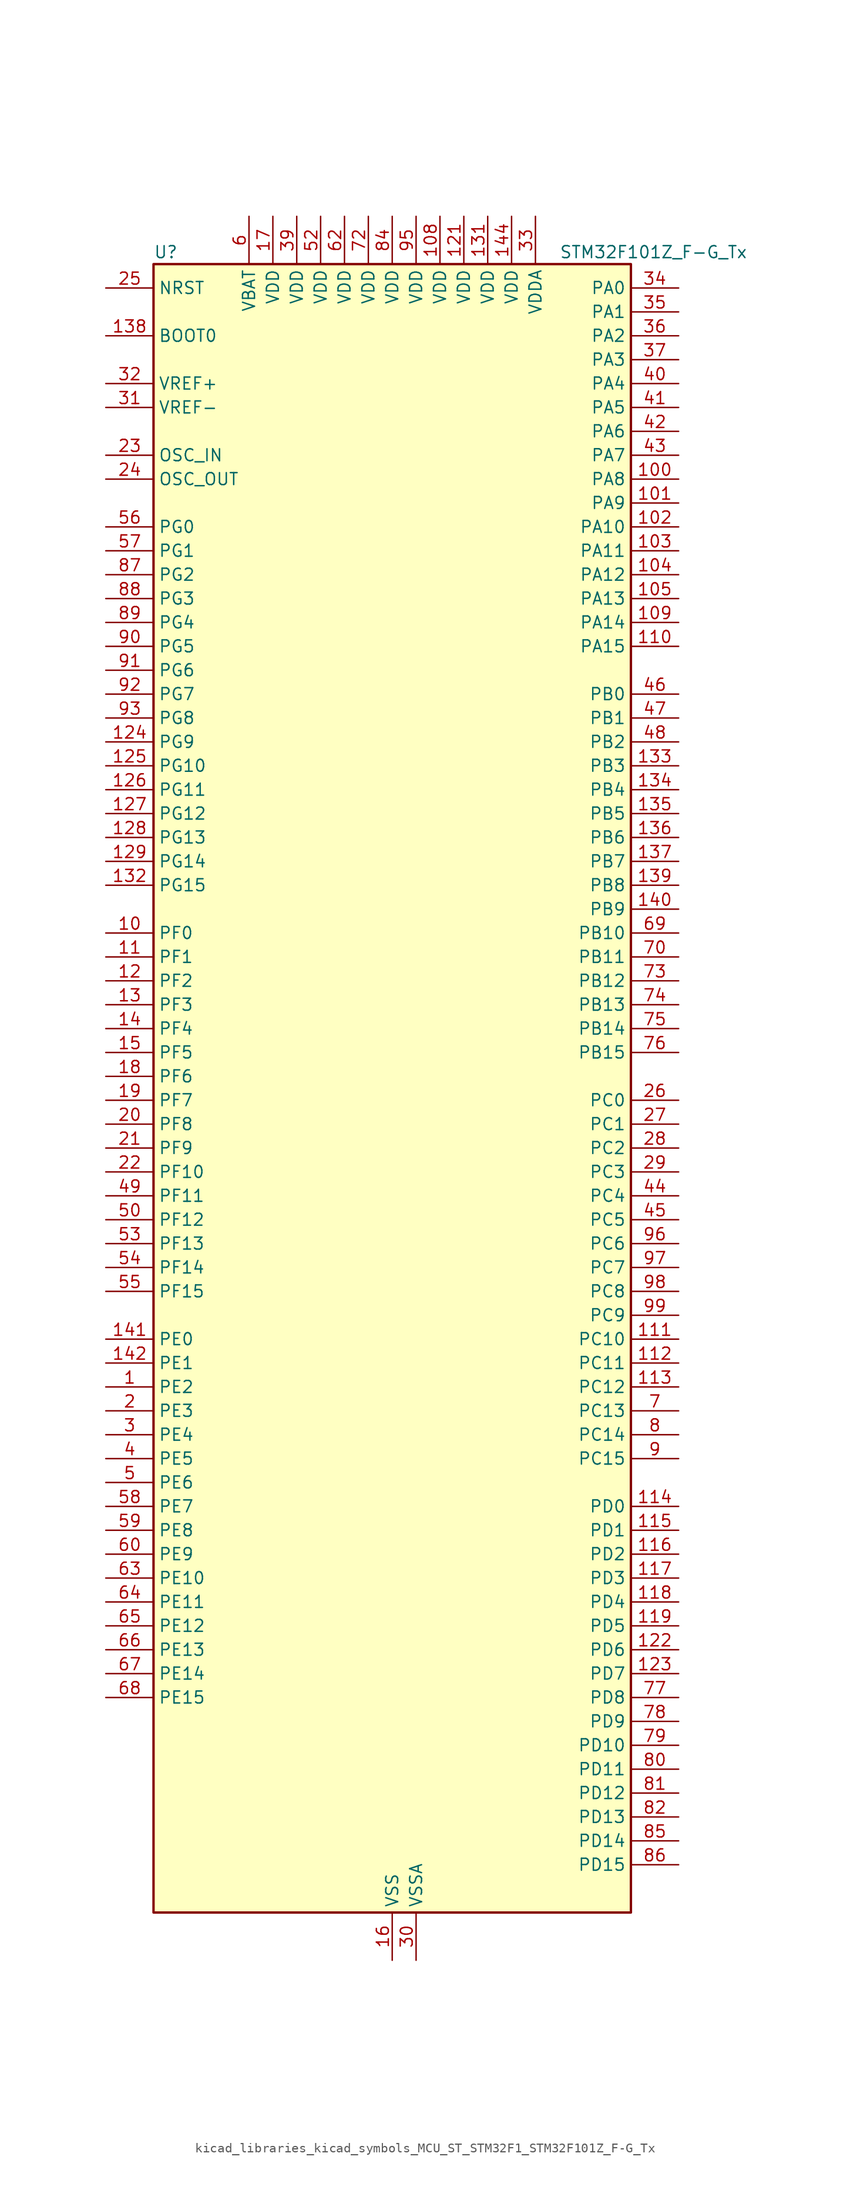
<source format=kicad_sym>
(kicad_symbol_lib
  (version 20220914)
  (generator kicad_symbol_editor)
  (symbol "kicad_libraries_kicad_symbols_MCU_ST_STM32F1_STM32F101Z_F-G_Tx"
    (property "Reference" "U"
      (at -25.4 90.17 0)
      (effects (font (size 1.27 1.27)) (justify left)))
    (property "Value" "STM32F101Z_F-G_Tx"
      (at 17.78 90.17 0)
      (effects (font (size 1.27 1.27)) (justify left)))
    (property "ki_locked" ""
      (at 0 0 0)
      (effects (font (size 1.27 1.27))))
    (symbol "kicad_libraries_kicad_symbols_MCU_ST_STM32F1_STM32F101Z_F-G_Tx_0_1"
      (rectangle (start -25.4 -86.36) (end 25.4 88.9) (stroke (width 0.254) (type default)) (fill (type background))))
    (symbol "kicad_libraries_kicad_symbols_MCU_ST_STM32F1_STM32F101Z_F-G_Tx_1_1"
      (pin bidirectional line (at -30.48 -30.48 0) (length 5.08) (name "PE2" (effects (font (size 1.27 1.27)))) (number "1" (effects (font (size 1.27 1.27)))) (alternate "FSMC_A23" bidirectional line) (alternate "SYS_TRACECLK" bidirectional line))
      (pin bidirectional line (at -30.48 17.78 0) (length 5.08) (name "PF0" (effects (font (size 1.27 1.27)))) (number "10" (effects (font (size 1.27 1.27)))) (alternate "FSMC_A0" bidirectional line))
      (pin bidirectional line (at 30.48 66.04 180) (length 5.08) (name "PA8" (effects (font (size 1.27 1.27)))) (number "100" (effects (font (size 1.27 1.27)))) (alternate "RCC_MCO" bidirectional line) (alternate "USART1_CK" bidirectional line))
      (pin bidirectional line (at 30.48 63.5 180) (length 5.08) (name "PA9" (effects (font (size 1.27 1.27)))) (number "101" (effects (font (size 1.27 1.27)))) (alternate "DAC_EXTI9" bidirectional line) (alternate "USART1_TX" bidirectional line))
      (pin bidirectional line (at 30.48 60.96 180) (length 5.08) (name "PA10" (effects (font (size 1.27 1.27)))) (number "102" (effects (font (size 1.27 1.27)))) (alternate "USART1_RX" bidirectional line))
      (pin bidirectional line (at 30.48 58.42 180) (length 5.08) (name "PA11" (effects (font (size 1.27 1.27)))) (number "103" (effects (font (size 1.27 1.27)))) (alternate "ADC1_EXTI11" bidirectional line) (alternate "USART1_CTS" bidirectional line))
      (pin bidirectional line (at 30.48 55.88 180) (length 5.08) (name "PA12" (effects (font (size 1.27 1.27)))) (number "104" (effects (font (size 1.27 1.27)))) (alternate "USART1_RTS" bidirectional line))
      (pin bidirectional line (at 30.48 53.34 180) (length 5.08) (name "PA13" (effects (font (size 1.27 1.27)))) (number "105" (effects (font (size 1.27 1.27)))) (alternate "SYS_JTMS-SWDIO" bidirectional line))
      (pin no_connect line (at -25.4 -86.36 0) (length 5.08) hide (name "NC" (effects (font (size 1.27 1.27)))) (number "106" (effects (font (size 1.27 1.27)))))
      (pin passive line (at 0 -91.44 90) (length 5.08) hide (name "VSS" (effects (font (size 1.27 1.27)))) (number "107" (effects (font (size 1.27 1.27)))))
      (pin power_in line (at 5.08 93.98 270) (length 5.08) (name "VDD" (effects (font (size 1.27 1.27)))) (number "108" (effects (font (size 1.27 1.27)))))
      (pin bidirectional line (at 30.48 50.8 180) (length 5.08) (name "PA14" (effects (font (size 1.27 1.27)))) (number "109" (effects (font (size 1.27 1.27)))) (alternate "SYS_JTCK-SWCLK" bidirectional line))
      (pin bidirectional line (at -30.48 15.24 0) (length 5.08) (name "PF1" (effects (font (size 1.27 1.27)))) (number "11" (effects (font (size 1.27 1.27)))) (alternate "FSMC_A1" bidirectional line))
      (pin bidirectional line (at 30.48 48.26 180) (length 5.08) (name "PA15" (effects (font (size 1.27 1.27)))) (number "110" (effects (font (size 1.27 1.27)))) (alternate "ADC1_EXTI15" bidirectional line) (alternate "SPI1_NSS" bidirectional line) (alternate "SPI3_NSS" bidirectional line) (alternate "SYS_JTDI" bidirectional line) (alternate "TIM2_CH1" bidirectional line) (alternate "TIM2_ETR" bidirectional line))
      (pin bidirectional line (at 30.48 -25.4 180) (length 5.08) (name "PC10" (effects (font (size 1.27 1.27)))) (number "111" (effects (font (size 1.27 1.27)))) (alternate "UART4_TX" bidirectional line) (alternate "USART3_TX" bidirectional line))
      (pin bidirectional line (at 30.48 -27.94 180) (length 5.08) (name "PC11" (effects (font (size 1.27 1.27)))) (number "112" (effects (font (size 1.27 1.27)))) (alternate "ADC1_EXTI11" bidirectional line) (alternate "UART4_RX" bidirectional line) (alternate "USART3_RX" bidirectional line))
      (pin bidirectional line (at 30.48 -30.48 180) (length 5.08) (name "PC12" (effects (font (size 1.27 1.27)))) (number "113" (effects (font (size 1.27 1.27)))) (alternate "UART5_TX" bidirectional line) (alternate "USART3_CK" bidirectional line))
      (pin bidirectional line (at 30.48 -43.18 180) (length 5.08) (name "PD0" (effects (font (size 1.27 1.27)))) (number "114" (effects (font (size 1.27 1.27)))) (alternate "FSMC_D2" bidirectional line) (alternate "FSMC_DA2" bidirectional line))
      (pin bidirectional line (at 30.48 -45.72 180) (length 5.08) (name "PD1" (effects (font (size 1.27 1.27)))) (number "115" (effects (font (size 1.27 1.27)))) (alternate "FSMC_D3" bidirectional line) (alternate "FSMC_DA3" bidirectional line))
      (pin bidirectional line (at 30.48 -48.26 180) (length 5.08) (name "PD2" (effects (font (size 1.27 1.27)))) (number "116" (effects (font (size 1.27 1.27)))) (alternate "TIM3_ETR" bidirectional line) (alternate "UART5_RX" bidirectional line))
      (pin bidirectional line (at 30.48 -50.8 180) (length 5.08) (name "PD3" (effects (font (size 1.27 1.27)))) (number "117" (effects (font (size 1.27 1.27)))) (alternate "FSMC_CLK" bidirectional line) (alternate "USART2_CTS" bidirectional line))
      (pin bidirectional line (at 30.48 -53.34 180) (length 5.08) (name "PD4" (effects (font (size 1.27 1.27)))) (number "118" (effects (font (size 1.27 1.27)))) (alternate "FSMC_NOE" bidirectional line) (alternate "USART2_RTS" bidirectional line))
      (pin bidirectional line (at 30.48 -55.88 180) (length 5.08) (name "PD5" (effects (font (size 1.27 1.27)))) (number "119" (effects (font (size 1.27 1.27)))) (alternate "FSMC_NWE" bidirectional line) (alternate "USART2_TX" bidirectional line))
      (pin bidirectional line (at -30.48 12.7 0) (length 5.08) (name "PF2" (effects (font (size 1.27 1.27)))) (number "12" (effects (font (size 1.27 1.27)))) (alternate "FSMC_A2" bidirectional line))
      (pin passive line (at 0 -91.44 90) (length 5.08) hide (name "VSS" (effects (font (size 1.27 1.27)))) (number "120" (effects (font (size 1.27 1.27)))))
      (pin power_in line (at 7.62 93.98 270) (length 5.08) (name "VDD" (effects (font (size 1.27 1.27)))) (number "121" (effects (font (size 1.27 1.27)))))
      (pin bidirectional line (at 30.48 -58.42 180) (length 5.08) (name "PD6" (effects (font (size 1.27 1.27)))) (number "122" (effects (font (size 1.27 1.27)))) (alternate "FSMC_NWAIT" bidirectional line) (alternate "USART2_RX" bidirectional line))
      (pin bidirectional line (at 30.48 -60.96 180) (length 5.08) (name "PD7" (effects (font (size 1.27 1.27)))) (number "123" (effects (font (size 1.27 1.27)))) (alternate "FSMC_NCE2" bidirectional line) (alternate "FSMC_NE1" bidirectional line) (alternate "USART2_CK" bidirectional line))
      (pin bidirectional line (at -30.48 38.1 0) (length 5.08) (name "PG9" (effects (font (size 1.27 1.27)))) (number "124" (effects (font (size 1.27 1.27)))) (alternate "DAC_EXTI9" bidirectional line) (alternate "FSMC_NCE3" bidirectional line) (alternate "FSMC_NE2" bidirectional line))
      (pin bidirectional line (at -30.48 35.56 0) (length 5.08) (name "PG10" (effects (font (size 1.27 1.27)))) (number "125" (effects (font (size 1.27 1.27)))) (alternate "FSMC_NCE4_1" bidirectional line) (alternate "FSMC_NE3" bidirectional line))
      (pin bidirectional line (at -30.48 33.02 0) (length 5.08) (name "PG11" (effects (font (size 1.27 1.27)))) (number "126" (effects (font (size 1.27 1.27)))) (alternate "ADC1_EXTI11" bidirectional line) (alternate "FSMC_NCE4_2" bidirectional line))
      (pin bidirectional line (at -30.48 30.48 0) (length 5.08) (name "PG12" (effects (font (size 1.27 1.27)))) (number "127" (effects (font (size 1.27 1.27)))) (alternate "FSMC_NE4" bidirectional line))
      (pin bidirectional line (at -30.48 27.94 0) (length 5.08) (name "PG13" (effects (font (size 1.27 1.27)))) (number "128" (effects (font (size 1.27 1.27)))) (alternate "FSMC_A24" bidirectional line))
      (pin bidirectional line (at -30.48 25.4 0) (length 5.08) (name "PG14" (effects (font (size 1.27 1.27)))) (number "129" (effects (font (size 1.27 1.27)))) (alternate "FSMC_A25" bidirectional line))
      (pin bidirectional line (at -30.48 10.16 0) (length 5.08) (name "PF3" (effects (font (size 1.27 1.27)))) (number "13" (effects (font (size 1.27 1.27)))) (alternate "FSMC_A3" bidirectional line))
      (pin passive line (at 0 -91.44 90) (length 5.08) hide (name "VSS" (effects (font (size 1.27 1.27)))) (number "130" (effects (font (size 1.27 1.27)))))
      (pin power_in line (at 10.16 93.98 270) (length 5.08) (name "VDD" (effects (font (size 1.27 1.27)))) (number "131" (effects (font (size 1.27 1.27)))))
      (pin bidirectional line (at -30.48 22.86 0) (length 5.08) (name "PG15" (effects (font (size 1.27 1.27)))) (number "132" (effects (font (size 1.27 1.27)))) (alternate "ADC1_EXTI15" bidirectional line))
      (pin bidirectional line (at 30.48 35.56 180) (length 5.08) (name "PB3" (effects (font (size 1.27 1.27)))) (number "133" (effects (font (size 1.27 1.27)))) (alternate "SPI1_SCK" bidirectional line) (alternate "SPI3_SCK" bidirectional line) (alternate "SYS_JTDO-TRACESWO" bidirectional line) (alternate "TIM2_CH2" bidirectional line))
      (pin bidirectional line (at 30.48 33.02 180) (length 5.08) (name "PB4" (effects (font (size 1.27 1.27)))) (number "134" (effects (font (size 1.27 1.27)))) (alternate "SPI1_MISO" bidirectional line) (alternate "SPI3_MISO" bidirectional line) (alternate "SYS_NJTRST" bidirectional line) (alternate "TIM3_CH1" bidirectional line))
      (pin bidirectional line (at 30.48 30.48 180) (length 5.08) (name "PB5" (effects (font (size 1.27 1.27)))) (number "135" (effects (font (size 1.27 1.27)))) (alternate "I2C1_SMBA" bidirectional line) (alternate "SPI1_MOSI" bidirectional line) (alternate "SPI3_MOSI" bidirectional line) (alternate "TIM3_CH2" bidirectional line))
      (pin bidirectional line (at 30.48 27.94 180) (length 5.08) (name "PB6" (effects (font (size 1.27 1.27)))) (number "136" (effects (font (size 1.27 1.27)))) (alternate "I2C1_SCL" bidirectional line) (alternate "TIM4_CH1" bidirectional line) (alternate "USART1_TX" bidirectional line))
      (pin bidirectional line (at 30.48 25.4 180) (length 5.08) (name "PB7" (effects (font (size 1.27 1.27)))) (number "137" (effects (font (size 1.27 1.27)))) (alternate "FSMC_NL" bidirectional line) (alternate "I2C1_SDA" bidirectional line) (alternate "TIM4_CH2" bidirectional line) (alternate "USART1_RX" bidirectional line))
      (pin input line (at -30.48 81.28 0) (length 5.08) (name "BOOT0" (effects (font (size 1.27 1.27)))) (number "138" (effects (font (size 1.27 1.27)))))
      (pin bidirectional line (at 30.48 22.86 180) (length 5.08) (name "PB8" (effects (font (size 1.27 1.27)))) (number "139" (effects (font (size 1.27 1.27)))) (alternate "I2C1_SCL" bidirectional line) (alternate "TIM10_CH1" bidirectional line) (alternate "TIM4_CH3" bidirectional line))
      (pin bidirectional line (at -30.48 7.62 0) (length 5.08) (name "PF4" (effects (font (size 1.27 1.27)))) (number "14" (effects (font (size 1.27 1.27)))) (alternate "FSMC_A4" bidirectional line))
      (pin bidirectional line (at 30.48 20.32 180) (length 5.08) (name "PB9" (effects (font (size 1.27 1.27)))) (number "140" (effects (font (size 1.27 1.27)))) (alternate "DAC_EXTI9" bidirectional line) (alternate "I2C1_SDA" bidirectional line) (alternate "TIM11_CH1" bidirectional line) (alternate "TIM4_CH4" bidirectional line))
      (pin bidirectional line (at -30.48 -25.4 0) (length 5.08) (name "PE0" (effects (font (size 1.27 1.27)))) (number "141" (effects (font (size 1.27 1.27)))) (alternate "FSMC_NBL0" bidirectional line) (alternate "TIM4_ETR" bidirectional line))
      (pin bidirectional line (at -30.48 -27.94 0) (length 5.08) (name "PE1" (effects (font (size 1.27 1.27)))) (number "142" (effects (font (size 1.27 1.27)))) (alternate "FSMC_NBL1" bidirectional line))
      (pin passive line (at 0 -91.44 90) (length 5.08) hide (name "VSS" (effects (font (size 1.27 1.27)))) (number "143" (effects (font (size 1.27 1.27)))))
      (pin power_in line (at 12.7 93.98 270) (length 5.08) (name "VDD" (effects (font (size 1.27 1.27)))) (number "144" (effects (font (size 1.27 1.27)))))
      (pin bidirectional line (at -30.48 5.08 0) (length 5.08) (name "PF5" (effects (font (size 1.27 1.27)))) (number "15" (effects (font (size 1.27 1.27)))) (alternate "FSMC_A5" bidirectional line))
      (pin power_in line (at 0 -91.44 90) (length 5.08) (name "VSS" (effects (font (size 1.27 1.27)))) (number "16" (effects (font (size 1.27 1.27)))))
      (pin power_in line (at -12.7 93.98 270) (length 5.08) (name "VDD" (effects (font (size 1.27 1.27)))) (number "17" (effects (font (size 1.27 1.27)))))
      (pin bidirectional line (at -30.48 2.54 0) (length 5.08) (name "PF6" (effects (font (size 1.27 1.27)))) (number "18" (effects (font (size 1.27 1.27)))) (alternate "FSMC_NIORD" bidirectional line) (alternate "TIM10_CH1" bidirectional line))
      (pin bidirectional line (at -30.48 0 0) (length 5.08) (name "PF7" (effects (font (size 1.27 1.27)))) (number "19" (effects (font (size 1.27 1.27)))) (alternate "FSMC_NREG" bidirectional line) (alternate "TIM11_CH1" bidirectional line))
      (pin bidirectional line (at -30.48 -33.02 0) (length 5.08) (name "PE3" (effects (font (size 1.27 1.27)))) (number "2" (effects (font (size 1.27 1.27)))) (alternate "FSMC_A19" bidirectional line) (alternate "SYS_TRACED0" bidirectional line))
      (pin bidirectional line (at -30.48 -2.54 0) (length 5.08) (name "PF8" (effects (font (size 1.27 1.27)))) (number "20" (effects (font (size 1.27 1.27)))) (alternate "FSMC_NIOWR" bidirectional line) (alternate "TIM13_CH1" bidirectional line))
      (pin bidirectional line (at -30.48 -5.08 0) (length 5.08) (name "PF9" (effects (font (size 1.27 1.27)))) (number "21" (effects (font (size 1.27 1.27)))) (alternate "DAC_EXTI9" bidirectional line) (alternate "FSMC_CD" bidirectional line) (alternate "TIM14_CH1" bidirectional line))
      (pin bidirectional line (at -30.48 -7.62 0) (length 5.08) (name "PF10" (effects (font (size 1.27 1.27)))) (number "22" (effects (font (size 1.27 1.27)))) (alternate "FSMC_INTR" bidirectional line))
      (pin input line (at -30.48 68.58 0) (length 5.08) (name "OSC_IN" (effects (font (size 1.27 1.27)))) (number "23" (effects (font (size 1.27 1.27)))) (alternate "RCC_OSC_IN" bidirectional line))
      (pin input line (at -30.48 66.04 0) (length 5.08) (name "OSC_OUT" (effects (font (size 1.27 1.27)))) (number "24" (effects (font (size 1.27 1.27)))) (alternate "RCC_OSC_OUT" bidirectional line))
      (pin input line (at -30.48 86.36 0) (length 5.08) (name "NRST" (effects (font (size 1.27 1.27)))) (number "25" (effects (font (size 1.27 1.27)))))
      (pin bidirectional line (at 30.48 0 180) (length 5.08) (name "PC0" (effects (font (size 1.27 1.27)))) (number "26" (effects (font (size 1.27 1.27)))) (alternate "ADC1_IN10" bidirectional line))
      (pin bidirectional line (at 30.48 -2.54 180) (length 5.08) (name "PC1" (effects (font (size 1.27 1.27)))) (number "27" (effects (font (size 1.27 1.27)))) (alternate "ADC1_IN11" bidirectional line))
      (pin bidirectional line (at 30.48 -5.08 180) (length 5.08) (name "PC2" (effects (font (size 1.27 1.27)))) (number "28" (effects (font (size 1.27 1.27)))) (alternate "ADC1_IN12" bidirectional line))
      (pin bidirectional line (at 30.48 -7.62 180) (length 5.08) (name "PC3" (effects (font (size 1.27 1.27)))) (number "29" (effects (font (size 1.27 1.27)))) (alternate "ADC1_IN13" bidirectional line))
      (pin bidirectional line (at -30.48 -35.56 0) (length 5.08) (name "PE4" (effects (font (size 1.27 1.27)))) (number "3" (effects (font (size 1.27 1.27)))) (alternate "FSMC_A20" bidirectional line) (alternate "SYS_TRACED1" bidirectional line))
      (pin power_in line (at 2.54 -91.44 90) (length 5.08) (name "VSSA" (effects (font (size 1.27 1.27)))) (number "30" (effects (font (size 1.27 1.27)))))
      (pin input line (at -30.48 73.66 0) (length 5.08) (name "VREF-" (effects (font (size 1.27 1.27)))) (number "31" (effects (font (size 1.27 1.27)))))
      (pin input line (at -30.48 76.2 0) (length 5.08) (name "VREF+" (effects (font (size 1.27 1.27)))) (number "32" (effects (font (size 1.27 1.27)))))
      (pin power_in line (at 15.24 93.98 270) (length 5.08) (name "VDDA" (effects (font (size 1.27 1.27)))) (number "33" (effects (font (size 1.27 1.27)))))
      (pin bidirectional line (at 30.48 86.36 180) (length 5.08) (name "PA0" (effects (font (size 1.27 1.27)))) (number "34" (effects (font (size 1.27 1.27)))) (alternate "ADC1_IN0" bidirectional line) (alternate "SYS_WKUP" bidirectional line) (alternate "TIM2_CH1" bidirectional line) (alternate "TIM2_ETR" bidirectional line) (alternate "TIM5_CH1" bidirectional line) (alternate "USART2_CTS" bidirectional line))
      (pin bidirectional line (at 30.48 83.82 180) (length 5.08) (name "PA1" (effects (font (size 1.27 1.27)))) (number "35" (effects (font (size 1.27 1.27)))) (alternate "ADC1_IN1" bidirectional line) (alternate "TIM2_CH2" bidirectional line) (alternate "TIM5_CH2" bidirectional line) (alternate "USART2_RTS" bidirectional line))
      (pin bidirectional line (at 30.48 81.28 180) (length 5.08) (name "PA2" (effects (font (size 1.27 1.27)))) (number "36" (effects (font (size 1.27 1.27)))) (alternate "ADC1_IN2" bidirectional line) (alternate "TIM2_CH3" bidirectional line) (alternate "TIM5_CH3" bidirectional line) (alternate "TIM9_CH1" bidirectional line) (alternate "USART2_TX" bidirectional line))
      (pin bidirectional line (at 30.48 78.74 180) (length 5.08) (name "PA3" (effects (font (size 1.27 1.27)))) (number "37" (effects (font (size 1.27 1.27)))) (alternate "ADC1_IN3" bidirectional line) (alternate "TIM2_CH4" bidirectional line) (alternate "TIM5_CH4" bidirectional line) (alternate "TIM9_CH2" bidirectional line) (alternate "USART2_RX" bidirectional line))
      (pin passive line (at 0 -91.44 90) (length 5.08) hide (name "VSS" (effects (font (size 1.27 1.27)))) (number "38" (effects (font (size 1.27 1.27)))))
      (pin power_in line (at -10.16 93.98 270) (length 5.08) (name "VDD" (effects (font (size 1.27 1.27)))) (number "39" (effects (font (size 1.27 1.27)))))
      (pin bidirectional line (at -30.48 -38.1 0) (length 5.08) (name "PE5" (effects (font (size 1.27 1.27)))) (number "4" (effects (font (size 1.27 1.27)))) (alternate "FSMC_A21" bidirectional line) (alternate "SYS_TRACED2" bidirectional line) (alternate "TIM9_CH1" bidirectional line))
      (pin bidirectional line (at 30.48 76.2 180) (length 5.08) (name "PA4" (effects (font (size 1.27 1.27)))) (number "40" (effects (font (size 1.27 1.27)))) (alternate "ADC1_IN4" bidirectional line) (alternate "DAC_OUT1" bidirectional line) (alternate "SPI1_NSS" bidirectional line) (alternate "USART2_CK" bidirectional line))
      (pin bidirectional line (at 30.48 73.66 180) (length 5.08) (name "PA5" (effects (font (size 1.27 1.27)))) (number "41" (effects (font (size 1.27 1.27)))) (alternate "ADC1_IN5" bidirectional line) (alternate "DAC_OUT2" bidirectional line) (alternate "SPI1_SCK" bidirectional line))
      (pin bidirectional line (at 30.48 71.12 180) (length 5.08) (name "PA6" (effects (font (size 1.27 1.27)))) (number "42" (effects (font (size 1.27 1.27)))) (alternate "ADC1_IN6" bidirectional line) (alternate "SPI1_MISO" bidirectional line) (alternate "TIM13_CH1" bidirectional line) (alternate "TIM3_CH1" bidirectional line))
      (pin bidirectional line (at 30.48 68.58 180) (length 5.08) (name "PA7" (effects (font (size 1.27 1.27)))) (number "43" (effects (font (size 1.27 1.27)))) (alternate "ADC1_IN7" bidirectional line) (alternate "SPI1_MOSI" bidirectional line) (alternate "TIM14_CH1" bidirectional line) (alternate "TIM3_CH2" bidirectional line))
      (pin bidirectional line (at 30.48 -10.16 180) (length 5.08) (name "PC4" (effects (font (size 1.27 1.27)))) (number "44" (effects (font (size 1.27 1.27)))) (alternate "ADC1_IN14" bidirectional line))
      (pin bidirectional line (at 30.48 -12.7 180) (length 5.08) (name "PC5" (effects (font (size 1.27 1.27)))) (number "45" (effects (font (size 1.27 1.27)))) (alternate "ADC1_IN15" bidirectional line))
      (pin bidirectional line (at 30.48 43.18 180) (length 5.08) (name "PB0" (effects (font (size 1.27 1.27)))) (number "46" (effects (font (size 1.27 1.27)))) (alternate "ADC1_IN8" bidirectional line) (alternate "TIM3_CH3" bidirectional line))
      (pin bidirectional line (at 30.48 40.64 180) (length 5.08) (name "PB1" (effects (font (size 1.27 1.27)))) (number "47" (effects (font (size 1.27 1.27)))) (alternate "ADC1_IN9" bidirectional line) (alternate "TIM3_CH4" bidirectional line))
      (pin bidirectional line (at 30.48 38.1 180) (length 5.08) (name "PB2" (effects (font (size 1.27 1.27)))) (number "48" (effects (font (size 1.27 1.27)))))
      (pin bidirectional line (at -30.48 -10.16 0) (length 5.08) (name "PF11" (effects (font (size 1.27 1.27)))) (number "49" (effects (font (size 1.27 1.27)))) (alternate "ADC1_EXTI11" bidirectional line) (alternate "FSMC_NIOS16" bidirectional line))
      (pin bidirectional line (at -30.48 -40.64 0) (length 5.08) (name "PE6" (effects (font (size 1.27 1.27)))) (number "5" (effects (font (size 1.27 1.27)))) (alternate "FSMC_A22" bidirectional line) (alternate "SYS_TRACED3" bidirectional line) (alternate "TIM9_CH2" bidirectional line))
      (pin bidirectional line (at -30.48 -12.7 0) (length 5.08) (name "PF12" (effects (font (size 1.27 1.27)))) (number "50" (effects (font (size 1.27 1.27)))) (alternate "FSMC_A6" bidirectional line))
      (pin passive line (at 0 -91.44 90) (length 5.08) hide (name "VSS" (effects (font (size 1.27 1.27)))) (number "51" (effects (font (size 1.27 1.27)))))
      (pin power_in line (at -7.62 93.98 270) (length 5.08) (name "VDD" (effects (font (size 1.27 1.27)))) (number "52" (effects (font (size 1.27 1.27)))))
      (pin bidirectional line (at -30.48 -15.24 0) (length 5.08) (name "PF13" (effects (font (size 1.27 1.27)))) (number "53" (effects (font (size 1.27 1.27)))) (alternate "FSMC_A7" bidirectional line))
      (pin bidirectional line (at -30.48 -17.78 0) (length 5.08) (name "PF14" (effects (font (size 1.27 1.27)))) (number "54" (effects (font (size 1.27 1.27)))) (alternate "FSMC_A8" bidirectional line))
      (pin bidirectional line (at -30.48 -20.32 0) (length 5.08) (name "PF15" (effects (font (size 1.27 1.27)))) (number "55" (effects (font (size 1.27 1.27)))) (alternate "ADC1_EXTI15" bidirectional line) (alternate "FSMC_A9" bidirectional line))
      (pin bidirectional line (at -30.48 60.96 0) (length 5.08) (name "PG0" (effects (font (size 1.27 1.27)))) (number "56" (effects (font (size 1.27 1.27)))) (alternate "FSMC_A10" bidirectional line))
      (pin bidirectional line (at -30.48 58.42 0) (length 5.08) (name "PG1" (effects (font (size 1.27 1.27)))) (number "57" (effects (font (size 1.27 1.27)))) (alternate "FSMC_A11" bidirectional line))
      (pin bidirectional line (at -30.48 -43.18 0) (length 5.08) (name "PE7" (effects (font (size 1.27 1.27)))) (number "58" (effects (font (size 1.27 1.27)))) (alternate "FSMC_D4" bidirectional line) (alternate "FSMC_DA4" bidirectional line))
      (pin bidirectional line (at -30.48 -45.72 0) (length 5.08) (name "PE8" (effects (font (size 1.27 1.27)))) (number "59" (effects (font (size 1.27 1.27)))) (alternate "FSMC_D5" bidirectional line) (alternate "FSMC_DA5" bidirectional line))
      (pin power_in line (at -15.24 93.98 270) (length 5.08) (name "VBAT" (effects (font (size 1.27 1.27)))) (number "6" (effects (font (size 1.27 1.27)))))
      (pin bidirectional line (at -30.48 -48.26 0) (length 5.08) (name "PE9" (effects (font (size 1.27 1.27)))) (number "60" (effects (font (size 1.27 1.27)))) (alternate "DAC_EXTI9" bidirectional line) (alternate "FSMC_D6" bidirectional line) (alternate "FSMC_DA6" bidirectional line))
      (pin passive line (at 0 -91.44 90) (length 5.08) hide (name "VSS" (effects (font (size 1.27 1.27)))) (number "61" (effects (font (size 1.27 1.27)))))
      (pin power_in line (at -5.08 93.98 270) (length 5.08) (name "VDD" (effects (font (size 1.27 1.27)))) (number "62" (effects (font (size 1.27 1.27)))))
      (pin bidirectional line (at -30.48 -50.8 0) (length 5.08) (name "PE10" (effects (font (size 1.27 1.27)))) (number "63" (effects (font (size 1.27 1.27)))) (alternate "FSMC_D7" bidirectional line) (alternate "FSMC_DA7" bidirectional line))
      (pin bidirectional line (at -30.48 -53.34 0) (length 5.08) (name "PE11" (effects (font (size 1.27 1.27)))) (number "64" (effects (font (size 1.27 1.27)))) (alternate "ADC1_EXTI11" bidirectional line) (alternate "FSMC_D8" bidirectional line) (alternate "FSMC_DA8" bidirectional line))
      (pin bidirectional line (at -30.48 -55.88 0) (length 5.08) (name "PE12" (effects (font (size 1.27 1.27)))) (number "65" (effects (font (size 1.27 1.27)))) (alternate "FSMC_D9" bidirectional line) (alternate "FSMC_DA9" bidirectional line))
      (pin bidirectional line (at -30.48 -58.42 0) (length 5.08) (name "PE13" (effects (font (size 1.27 1.27)))) (number "66" (effects (font (size 1.27 1.27)))) (alternate "FSMC_D10" bidirectional line) (alternate "FSMC_DA10" bidirectional line))
      (pin bidirectional line (at -30.48 -60.96 0) (length 5.08) (name "PE14" (effects (font (size 1.27 1.27)))) (number "67" (effects (font (size 1.27 1.27)))) (alternate "FSMC_D11" bidirectional line) (alternate "FSMC_DA11" bidirectional line))
      (pin bidirectional line (at -30.48 -63.5 0) (length 5.08) (name "PE15" (effects (font (size 1.27 1.27)))) (number "68" (effects (font (size 1.27 1.27)))) (alternate "ADC1_EXTI15" bidirectional line) (alternate "FSMC_D12" bidirectional line) (alternate "FSMC_DA12" bidirectional line))
      (pin bidirectional line (at 30.48 17.78 180) (length 5.08) (name "PB10" (effects (font (size 1.27 1.27)))) (number "69" (effects (font (size 1.27 1.27)))) (alternate "I2C2_SCL" bidirectional line) (alternate "TIM2_CH3" bidirectional line) (alternate "USART3_TX" bidirectional line))
      (pin bidirectional line (at 30.48 -33.02 180) (length 5.08) (name "PC13" (effects (font (size 1.27 1.27)))) (number "7" (effects (font (size 1.27 1.27)))) (alternate "RTC_OUT" bidirectional line) (alternate "RTC_TAMPER" bidirectional line))
      (pin bidirectional line (at 30.48 15.24 180) (length 5.08) (name "PB11" (effects (font (size 1.27 1.27)))) (number "70" (effects (font (size 1.27 1.27)))) (alternate "ADC1_EXTI11" bidirectional line) (alternate "I2C2_SDA" bidirectional line) (alternate "TIM2_CH4" bidirectional line) (alternate "USART3_RX" bidirectional line))
      (pin passive line (at 0 -91.44 90) (length 5.08) hide (name "VSS" (effects (font (size 1.27 1.27)))) (number "71" (effects (font (size 1.27 1.27)))))
      (pin power_in line (at -2.54 93.98 270) (length 5.08) (name "VDD" (effects (font (size 1.27 1.27)))) (number "72" (effects (font (size 1.27 1.27)))))
      (pin bidirectional line (at 30.48 12.7 180) (length 5.08) (name "PB12" (effects (font (size 1.27 1.27)))) (number "73" (effects (font (size 1.27 1.27)))) (alternate "I2C2_SMBA" bidirectional line) (alternate "SPI2_NSS" bidirectional line) (alternate "USART3_CK" bidirectional line))
      (pin bidirectional line (at 30.48 10.16 180) (length 5.08) (name "PB13" (effects (font (size 1.27 1.27)))) (number "74" (effects (font (size 1.27 1.27)))) (alternate "SPI2_SCK" bidirectional line) (alternate "USART3_CTS" bidirectional line))
      (pin bidirectional line (at 30.48 7.62 180) (length 5.08) (name "PB14" (effects (font (size 1.27 1.27)))) (number "75" (effects (font (size 1.27 1.27)))) (alternate "SPI2_MISO" bidirectional line) (alternate "TIM12_CH1" bidirectional line) (alternate "USART3_RTS" bidirectional line))
      (pin bidirectional line (at 30.48 5.08 180) (length 5.08) (name "PB15" (effects (font (size 1.27 1.27)))) (number "76" (effects (font (size 1.27 1.27)))) (alternate "ADC1_EXTI15" bidirectional line) (alternate "SPI2_MOSI" bidirectional line) (alternate "TIM12_CH2" bidirectional line))
      (pin bidirectional line (at 30.48 -63.5 180) (length 5.08) (name "PD8" (effects (font (size 1.27 1.27)))) (number "77" (effects (font (size 1.27 1.27)))) (alternate "FSMC_D13" bidirectional line) (alternate "FSMC_DA13" bidirectional line) (alternate "USART3_TX" bidirectional line))
      (pin bidirectional line (at 30.48 -66.04 180) (length 5.08) (name "PD9" (effects (font (size 1.27 1.27)))) (number "78" (effects (font (size 1.27 1.27)))) (alternate "DAC_EXTI9" bidirectional line) (alternate "FSMC_D14" bidirectional line) (alternate "FSMC_DA14" bidirectional line) (alternate "USART3_RX" bidirectional line))
      (pin bidirectional line (at 30.48 -68.58 180) (length 5.08) (name "PD10" (effects (font (size 1.27 1.27)))) (number "79" (effects (font (size 1.27 1.27)))) (alternate "FSMC_D15" bidirectional line) (alternate "FSMC_DA15" bidirectional line) (alternate "USART3_CK" bidirectional line))
      (pin bidirectional line (at 30.48 -35.56 180) (length 5.08) (name "PC14" (effects (font (size 1.27 1.27)))) (number "8" (effects (font (size 1.27 1.27)))) (alternate "RCC_OSC32_IN" bidirectional line))
      (pin bidirectional line (at 30.48 -71.12 180) (length 5.08) (name "PD11" (effects (font (size 1.27 1.27)))) (number "80" (effects (font (size 1.27 1.27)))) (alternate "ADC1_EXTI11" bidirectional line) (alternate "FSMC_A16" bidirectional line) (alternate "FSMC_CLE" bidirectional line) (alternate "USART3_CTS" bidirectional line))
      (pin bidirectional line (at 30.48 -73.66 180) (length 5.08) (name "PD12" (effects (font (size 1.27 1.27)))) (number "81" (effects (font (size 1.27 1.27)))) (alternate "FSMC_A17" bidirectional line) (alternate "FSMC_ALE" bidirectional line) (alternate "TIM4_CH1" bidirectional line) (alternate "USART3_RTS" bidirectional line))
      (pin bidirectional line (at 30.48 -76.2 180) (length 5.08) (name "PD13" (effects (font (size 1.27 1.27)))) (number "82" (effects (font (size 1.27 1.27)))) (alternate "FSMC_A18" bidirectional line) (alternate "TIM4_CH2" bidirectional line))
      (pin passive line (at 0 -91.44 90) (length 5.08) hide (name "VSS" (effects (font (size 1.27 1.27)))) (number "83" (effects (font (size 1.27 1.27)))))
      (pin power_in line (at 0 93.98 270) (length 5.08) (name "VDD" (effects (font (size 1.27 1.27)))) (number "84" (effects (font (size 1.27 1.27)))))
      (pin bidirectional line (at 30.48 -78.74 180) (length 5.08) (name "PD14" (effects (font (size 1.27 1.27)))) (number "85" (effects (font (size 1.27 1.27)))) (alternate "FSMC_D0" bidirectional line) (alternate "FSMC_DA0" bidirectional line) (alternate "TIM4_CH3" bidirectional line))
      (pin bidirectional line (at 30.48 -81.28 180) (length 5.08) (name "PD15" (effects (font (size 1.27 1.27)))) (number "86" (effects (font (size 1.27 1.27)))) (alternate "ADC1_EXTI15" bidirectional line) (alternate "FSMC_D1" bidirectional line) (alternate "FSMC_DA1" bidirectional line) (alternate "TIM4_CH4" bidirectional line))
      (pin bidirectional line (at -30.48 55.88 0) (length 5.08) (name "PG2" (effects (font (size 1.27 1.27)))) (number "87" (effects (font (size 1.27 1.27)))) (alternate "FSMC_A12" bidirectional line))
      (pin bidirectional line (at -30.48 53.34 0) (length 5.08) (name "PG3" (effects (font (size 1.27 1.27)))) (number "88" (effects (font (size 1.27 1.27)))) (alternate "FSMC_A13" bidirectional line))
      (pin bidirectional line (at -30.48 50.8 0) (length 5.08) (name "PG4" (effects (font (size 1.27 1.27)))) (number "89" (effects (font (size 1.27 1.27)))) (alternate "FSMC_A14" bidirectional line))
      (pin bidirectional line (at 30.48 -38.1 180) (length 5.08) (name "PC15" (effects (font (size 1.27 1.27)))) (number "9" (effects (font (size 1.27 1.27)))) (alternate "ADC1_EXTI15" bidirectional line) (alternate "RCC_OSC32_OUT" bidirectional line))
      (pin bidirectional line (at -30.48 48.26 0) (length 5.08) (name "PG5" (effects (font (size 1.27 1.27)))) (number "90" (effects (font (size 1.27 1.27)))) (alternate "FSMC_A15" bidirectional line))
      (pin bidirectional line (at -30.48 45.72 0) (length 5.08) (name "PG6" (effects (font (size 1.27 1.27)))) (number "91" (effects (font (size 1.27 1.27)))) (alternate "FSMC_INT2" bidirectional line))
      (pin bidirectional line (at -30.48 43.18 0) (length 5.08) (name "PG7" (effects (font (size 1.27 1.27)))) (number "92" (effects (font (size 1.27 1.27)))) (alternate "FSMC_INT3" bidirectional line))
      (pin bidirectional line (at -30.48 40.64 0) (length 5.08) (name "PG8" (effects (font (size 1.27 1.27)))) (number "93" (effects (font (size 1.27 1.27)))))
      (pin passive line (at 0 -91.44 90) (length 5.08) hide (name "VSS" (effects (font (size 1.27 1.27)))) (number "94" (effects (font (size 1.27 1.27)))))
      (pin power_in line (at 2.54 93.98 270) (length 5.08) (name "VDD" (effects (font (size 1.27 1.27)))) (number "95" (effects (font (size 1.27 1.27)))))
      (pin bidirectional line (at 30.48 -15.24 180) (length 5.08) (name "PC6" (effects (font (size 1.27 1.27)))) (number "96" (effects (font (size 1.27 1.27)))) (alternate "TIM3_CH1" bidirectional line))
      (pin bidirectional line (at 30.48 -17.78 180) (length 5.08) (name "PC7" (effects (font (size 1.27 1.27)))) (number "97" (effects (font (size 1.27 1.27)))) (alternate "TIM3_CH2" bidirectional line))
      (pin bidirectional line (at 30.48 -20.32 180) (length 5.08) (name "PC8" (effects (font (size 1.27 1.27)))) (number "98" (effects (font (size 1.27 1.27)))) (alternate "TIM3_CH3" bidirectional line))
      (pin bidirectional line (at 30.48 -22.86 180) (length 5.08) (name "PC9" (effects (font (size 1.27 1.27)))) (number "99" (effects (font (size 1.27 1.27)))) (alternate "DAC_EXTI9" bidirectional line) (alternate "TIM3_CH4" bidirectional line)))))
</source>
